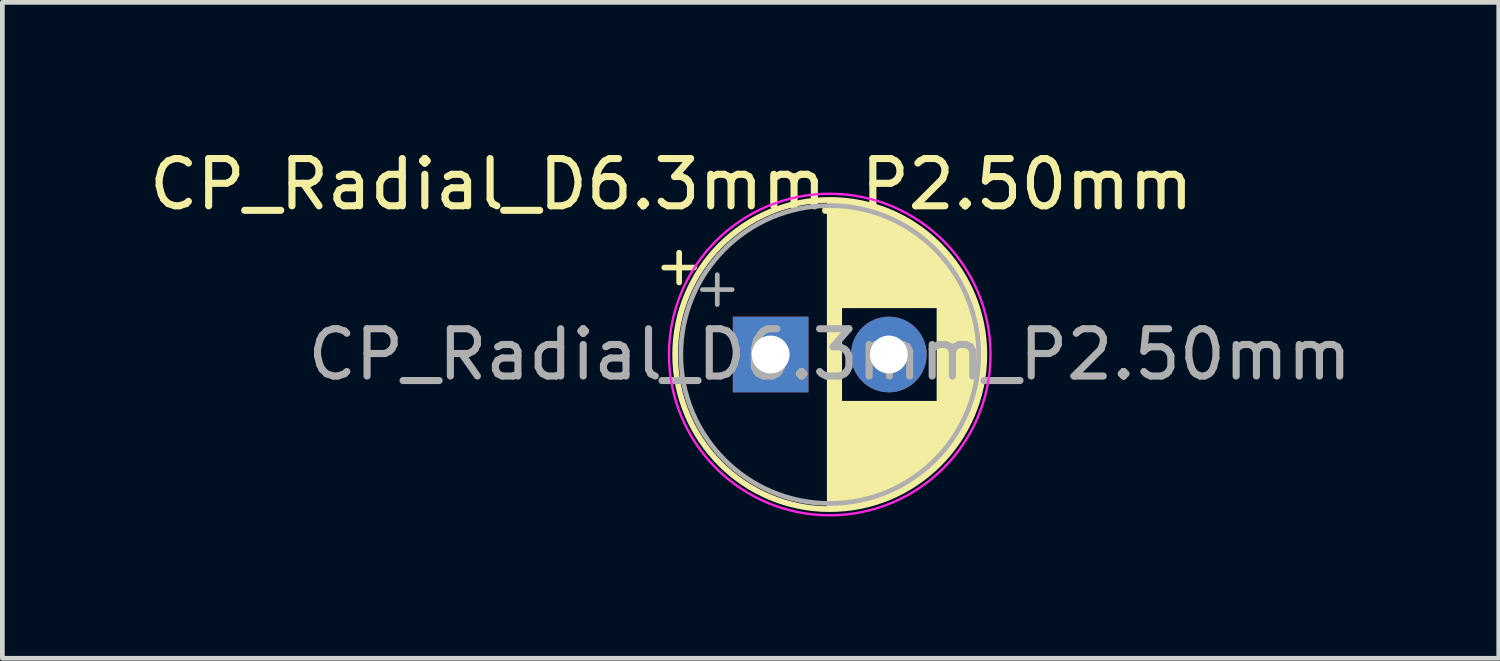
<source format=kicad_pcb>
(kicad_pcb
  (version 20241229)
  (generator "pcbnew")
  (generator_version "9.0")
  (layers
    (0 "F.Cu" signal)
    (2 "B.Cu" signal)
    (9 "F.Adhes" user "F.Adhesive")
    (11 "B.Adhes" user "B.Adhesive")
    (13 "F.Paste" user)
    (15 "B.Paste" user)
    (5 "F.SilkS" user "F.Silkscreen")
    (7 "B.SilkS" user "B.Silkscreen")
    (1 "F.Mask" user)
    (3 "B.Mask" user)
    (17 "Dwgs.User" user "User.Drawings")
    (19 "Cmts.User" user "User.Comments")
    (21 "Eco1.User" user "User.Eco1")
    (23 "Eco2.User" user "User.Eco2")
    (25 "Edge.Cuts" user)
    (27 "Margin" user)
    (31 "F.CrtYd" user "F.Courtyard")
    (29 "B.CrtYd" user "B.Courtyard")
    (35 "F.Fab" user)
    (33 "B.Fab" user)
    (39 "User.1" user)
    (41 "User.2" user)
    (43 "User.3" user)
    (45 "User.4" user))
  (footprint "CP_Radial_D6.3mm_P2.50mm"
    (layer "F.Cu")
    (at 13.249 4.448)
    (property "Reference" "CP_Radial_D6.3mm_P2.50mm" (at -2.1 -3.6 0) (layer "F.SilkS") (effects (font (size 1 1) (thickness 0.15))))
    (attr through_hole)
    (fp_line (start -2.25 -1.839) (end -1.62 -1.839) (stroke (width 0.12) (type solid)) (layer "F.SilkS"))
    (fp_line (start -1.935 -2.154) (end -1.935 -1.524) (stroke (width 0.12) (type solid)) (layer "F.SilkS"))
    (fp_line (start 1.25 -3.23) (end 1.25 3.23) (stroke (width 0.12) (type solid)) (layer "F.SilkS"))
    (fp_line (start 1.29 -3.23) (end 1.29 3.23) (stroke (width 0.12) (type solid)) (layer "F.SilkS"))
    (fp_line (start 1.33 -3.23) (end 1.33 3.23) (stroke (width 0.12) (type solid)) (layer "F.SilkS"))
    (fp_line (start 1.37 -3.228) (end 1.37 3.228) (stroke (width 0.12) (type solid)) (layer "F.SilkS"))
    (fp_line (start 1.41 -3.227) (end 1.41 3.227) (stroke (width 0.12) (type solid)) (layer "F.SilkS"))
    (fp_line (start 1.45 -3.224) (end 1.45 3.224) (stroke (width 0.12) (type solid)) (layer "F.SilkS"))
    (fp_line (start 1.49 -3.222) (end 1.49 -1.04) (stroke (width 0.12) (type solid)) (layer "F.SilkS"))
    (fp_line (start 1.49 1.04) (end 1.49 3.222) (stroke (width 0.12) (type solid)) (layer "F.SilkS"))
    (fp_line (start 1.53 -3.218) (end 1.53 -1.04) (stroke (width 0.12) (type solid)) (layer "F.SilkS"))
    (fp_line (start 1.53 1.04) (end 1.53 3.218) (stroke (width 0.12) (type solid)) (layer "F.SilkS"))
    (fp_line (start 1.57 -3.215) (end 1.57 -1.04) (stroke (width 0.12) (type solid)) (layer "F.SilkS"))
    (fp_line (start 1.57 1.04) (end 1.57 3.215) (stroke (width 0.12) (type solid)) (layer "F.SilkS"))
    (fp_line (start 1.61 -3.211) (end 1.61 -1.04) (stroke (width 0.12) (type solid)) (layer "F.SilkS"))
    (fp_line (start 1.61 1.04) (end 1.61 3.211) (stroke (width 0.12) (type solid)) (layer "F.SilkS"))
    (fp_line (start 1.65 -3.206) (end 1.65 -1.04) (stroke (width 0.12) (type solid)) (layer "F.SilkS"))
    (fp_line (start 1.65 1.04) (end 1.65 3.206) (stroke (width 0.12) (type solid)) (layer "F.SilkS"))
    (fp_line (start 1.69 -3.201) (end 1.69 -1.04) (stroke (width 0.12) (type solid)) (layer "F.SilkS"))
    (fp_line (start 1.69 1.04) (end 1.69 3.201) (stroke (width 0.12) (type solid)) (layer "F.SilkS"))
    (fp_line (start 1.73 -3.195) (end 1.73 -1.04) (stroke (width 0.12) (type solid)) (layer "F.SilkS"))
    (fp_line (start 1.73 1.04) (end 1.73 3.195) (stroke (width 0.12) (type solid)) (layer "F.SilkS"))
    (fp_line (start 1.77 -3.189) (end 1.77 -1.04) (stroke (width 0.12) (type solid)) (layer "F.SilkS"))
    (fp_line (start 1.77 1.04) (end 1.77 3.189) (stroke (width 0.12) (type solid)) (layer "F.SilkS"))
    (fp_line (start 1.81 -3.182) (end 1.81 -1.04) (stroke (width 0.12) (type solid)) (layer "F.SilkS"))
    (fp_line (start 1.81 1.04) (end 1.81 3.182) (stroke (width 0.12) (type solid)) (layer "F.SilkS"))
    (fp_line (start 1.85 -3.175) (end 1.85 -1.04) (stroke (width 0.12) (type solid)) (layer "F.SilkS"))
    (fp_line (start 1.85 1.04) (end 1.85 3.175) (stroke (width 0.12) (type solid)) (layer "F.SilkS"))
    (fp_line (start 1.89 -3.167) (end 1.89 -1.04) (stroke (width 0.12) (type solid)) (layer "F.SilkS"))
    (fp_line (start 1.89 1.04) (end 1.89 3.167) (stroke (width 0.12) (type solid)) (layer "F.SilkS"))
    (fp_line (start 1.93 -3.159) (end 1.93 -1.04) (stroke (width 0.12) (type solid)) (layer "F.SilkS"))
    (fp_line (start 1.93 1.04) (end 1.93 3.159) (stroke (width 0.12) (type solid)) (layer "F.SilkS"))
    (fp_line (start 1.971 -3.15) (end 1.971 -1.04) (stroke (width 0.12) (type solid)) (layer "F.SilkS"))
    (fp_line (start 1.971 1.04) (end 1.971 3.15) (stroke (width 0.12) (type solid)) (layer "F.SilkS"))
    (fp_line (start 2.011 -3.141) (end 2.011 -1.04) (stroke (width 0.12) (type solid)) (layer "F.SilkS"))
    (fp_line (start 2.011 1.04) (end 2.011 3.141) (stroke (width 0.12) (type solid)) (layer "F.SilkS"))
    (fp_line (start 2.051 -3.131) (end 2.051 -1.04) (stroke (width 0.12) (type solid)) (layer "F.SilkS"))
    (fp_line (start 2.051 1.04) (end 2.051 3.131) (stroke (width 0.12) (type solid)) (layer "F.SilkS"))
    (fp_line (start 2.091 -3.121) (end 2.091 -1.04) (stroke (width 0.12) (type solid)) (layer "F.SilkS"))
    (fp_line (start 2.091 1.04) (end 2.091 3.121) (stroke (width 0.12) (type solid)) (layer "F.SilkS"))
    (fp_line (start 2.131 -3.11) (end 2.131 -1.04) (stroke (width 0.12) (type solid)) (layer "F.SilkS"))
    (fp_line (start 2.131 1.04) (end 2.131 3.11) (stroke (width 0.12) (type solid)) (layer "F.SilkS"))
    (fp_line (start 2.171 -3.098) (end 2.171 -1.04) (stroke (width 0.12) (type solid)) (layer "F.SilkS"))
    (fp_line (start 2.171 1.04) (end 2.171 3.098) (stroke (width 0.12) (type solid)) (layer "F.SilkS"))
    (fp_line (start 2.211 -3.086) (end 2.211 -1.04) (stroke (width 0.12) (type solid)) (layer "F.SilkS"))
    (fp_line (start 2.211 1.04) (end 2.211 3.086) (stroke (width 0.12) (type solid)) (layer "F.SilkS"))
    (fp_line (start 2.251 -3.074) (end 2.251 -1.04) (stroke (width 0.12) (type solid)) (layer "F.SilkS"))
    (fp_line (start 2.251 1.04) (end 2.251 3.074) (stroke (width 0.12) (type solid)) (layer "F.SilkS"))
    (fp_line (start 2.291 -3.061) (end 2.291 -1.04) (stroke (width 0.12) (type solid)) (layer "F.SilkS"))
    (fp_line (start 2.291 1.04) (end 2.291 3.061) (stroke (width 0.12) (type solid)) (layer "F.SilkS"))
    (fp_line (start 2.331 -3.047) (end 2.331 -1.04) (stroke (width 0.12) (type solid)) (layer "F.SilkS"))
    (fp_line (start 2.331 1.04) (end 2.331 3.047) (stroke (width 0.12) (type solid)) (layer "F.SilkS"))
    (fp_line (start 2.371 -3.033) (end 2.371 -1.04) (stroke (width 0.12) (type solid)) (layer "F.SilkS"))
    (fp_line (start 2.371 1.04) (end 2.371 3.033) (stroke (width 0.12) (type solid)) (layer "F.SilkS"))
    (fp_line (start 2.411 -3.018) (end 2.411 -1.04) (stroke (width 0.12) (type solid)) (layer "F.SilkS"))
    (fp_line (start 2.411 1.04) (end 2.411 3.018) (stroke (width 0.12) (type solid)) (layer "F.SilkS"))
    (fp_line (start 2.451 -3.002) (end 2.451 -1.04) (stroke (width 0.12) (type solid)) (layer "F.SilkS"))
    (fp_line (start 2.451 1.04) (end 2.451 3.002) (stroke (width 0.12) (type solid)) (layer "F.SilkS"))
    (fp_line (start 2.491 -2.986) (end 2.491 -1.04) (stroke (width 0.12) (type solid)) (layer "F.SilkS"))
    (fp_line (start 2.491 1.04) (end 2.491 2.986) (stroke (width 0.12) (type solid)) (layer "F.SilkS"))
    (fp_line (start 2.531 -2.97) (end 2.531 -1.04) (stroke (width 0.12) (type solid)) (layer "F.SilkS"))
    (fp_line (start 2.531 1.04) (end 2.531 2.97) (stroke (width 0.12) (type solid)) (layer "F.SilkS"))
    (fp_line (start 2.571 -2.952) (end 2.571 -1.04) (stroke (width 0.12) (type solid)) (layer "F.SilkS"))
    (fp_line (start 2.571 1.04) (end 2.571 2.952) (stroke (width 0.12) (type solid)) (layer "F.SilkS"))
    (fp_line (start 2.611 -2.934) (end 2.611 -1.04) (stroke (width 0.12) (type solid)) (layer "F.SilkS"))
    (fp_line (start 2.611 1.04) (end 2.611 2.934) (stroke (width 0.12) (type solid)) (layer "F.SilkS"))
    (fp_line (start 2.651 -2.916) (end 2.651 -1.04) (stroke (width 0.12) (type solid)) (layer "F.SilkS"))
    (fp_line (start 2.651 1.04) (end 2.651 2.916) (stroke (width 0.12) (type solid)) (layer "F.SilkS"))
    (fp_line (start 2.691 -2.896) (end 2.691 -1.04) (stroke (width 0.12) (type solid)) (layer "F.SilkS"))
    (fp_line (start 2.691 1.04) (end 2.691 2.896) (stroke (width 0.12) (type solid)) (layer "F.SilkS"))
    (fp_line (start 2.731 -2.876) (end 2.731 -1.04) (stroke (width 0.12) (type solid)) (layer "F.SilkS"))
    (fp_line (start 2.731 1.04) (end 2.731 2.876) (stroke (width 0.12) (type solid)) (layer "F.SilkS"))
    (fp_line (start 2.771 -2.856) (end 2.771 -1.04) (stroke (width 0.12) (type solid)) (layer "F.SilkS"))
    (fp_line (start 2.771 1.04) (end 2.771 2.856) (stroke (width 0.12) (type solid)) (layer "F.SilkS"))
    (fp_line (start 2.811 -2.834) (end 2.811 -1.04) (stroke (width 0.12) (type solid)) (layer "F.SilkS"))
    (fp_line (start 2.811 1.04) (end 2.811 2.834) (stroke (width 0.12) (type solid)) (layer "F.SilkS"))
    (fp_line (start 2.851 -2.812) (end 2.851 -1.04) (stroke (width 0.12) (type solid)) (layer "F.SilkS"))
    (fp_line (start 2.851 1.04) (end 2.851 2.812) (stroke (width 0.12) (type solid)) (layer "F.SilkS"))
    (fp_line (start 2.891 -2.79) (end 2.891 -1.04) (stroke (width 0.12) (type solid)) (layer "F.SilkS"))
    (fp_line (start 2.891 1.04) (end 2.891 2.79) (stroke (width 0.12) (type solid)) (layer "F.SilkS"))
    (fp_line (start 2.931 -2.766) (end 2.931 -1.04) (stroke (width 0.12) (type solid)) (layer "F.SilkS"))
    (fp_line (start 2.931 1.04) (end 2.931 2.766) (stroke (width 0.12) (type solid)) (layer "F.SilkS"))
    (fp_line (start 2.971 -2.742) (end 2.971 -1.04) (stroke (width 0.12) (type solid)) (layer "F.SilkS"))
    (fp_line (start 2.971 1.04) (end 2.971 2.742) (stroke (width 0.12) (type solid)) (layer "F.SilkS"))
    (fp_line (start 3.011 -2.716) (end 3.011 -1.04) (stroke (width 0.12) (type solid)) (layer "F.SilkS"))
    (fp_line (start 3.011 1.04) (end 3.011 2.716) (stroke (width 0.12) (type solid)) (layer "F.SilkS"))
    (fp_line (start 3.051 -2.69) (end 3.051 -1.04) (stroke (width 0.12) (type solid)) (layer "F.SilkS"))
    (fp_line (start 3.051 1.04) (end 3.051 2.69) (stroke (width 0.12) (type solid)) (layer "F.SilkS"))
    (fp_line (start 3.091 -2.664) (end 3.091 -1.04) (stroke (width 0.12) (type solid)) (layer "F.SilkS"))
    (fp_line (start 3.091 1.04) (end 3.091 2.664) (stroke (width 0.12) (type solid)) (layer "F.SilkS"))
    (fp_line (start 3.131 -2.636) (end 3.131 -1.04) (stroke (width 0.12) (type solid)) (layer "F.SilkS"))
    (fp_line (start 3.131 1.04) (end 3.131 2.636) (stroke (width 0.12) (type solid)) (layer "F.SilkS"))
    (fp_line (start 3.171 -2.607) (end 3.171 -1.04) (stroke (width 0.12) (type solid)) (layer "F.SilkS"))
    (fp_line (start 3.171 1.04) (end 3.171 2.607) (stroke (width 0.12) (type solid)) (layer "F.SilkS"))
    (fp_line (start 3.211 -2.578) (end 3.211 -1.04) (stroke (width 0.12) (type solid)) (layer "F.SilkS"))
    (fp_line (start 3.211 1.04) (end 3.211 2.578) (stroke (width 0.12) (type solid)) (layer "F.SilkS"))
    (fp_line (start 3.251 -2.548) (end 3.251 -1.04) (stroke (width 0.12) (type solid)) (layer "F.SilkS"))
    (fp_line (start 3.251 1.04) (end 3.251 2.548) (stroke (width 0.12) (type solid)) (layer "F.SilkS"))
    (fp_line (start 3.291 -2.516) (end 3.291 -1.04) (stroke (width 0.12) (type solid)) (layer "F.SilkS"))
    (fp_line (start 3.291 1.04) (end 3.291 2.516) (stroke (width 0.12) (type solid)) (layer "F.SilkS"))
    (fp_line (start 3.331 -2.484) (end 3.331 -1.04) (stroke (width 0.12) (type solid)) (layer "F.SilkS"))
    (fp_line (start 3.331 1.04) (end 3.331 2.484) (stroke (width 0.12) (type solid)) (layer "F.SilkS"))
    (fp_line (start 3.371 -2.45) (end 3.371 -1.04) (stroke (width 0.12) (type solid)) (layer "F.SilkS"))
    (fp_line (start 3.371 1.04) (end 3.371 2.45) (stroke (width 0.12) (type solid)) (layer "F.SilkS"))
    (fp_line (start 3.411 -2.416) (end 3.411 -1.04) (stroke (width 0.12) (type solid)) (layer "F.SilkS"))
    (fp_line (start 3.411 1.04) (end 3.411 2.416) (stroke (width 0.12) (type solid)) (layer "F.SilkS"))
    (fp_line (start 3.451 -2.38) (end 3.451 -1.04) (stroke (width 0.12) (type solid)) (layer "F.SilkS"))
    (fp_line (start 3.451 1.04) (end 3.451 2.38) (stroke (width 0.12) (type solid)) (layer "F.SilkS"))
    (fp_line (start 3.491 -2.343) (end 3.491 -1.04) (stroke (width 0.12) (type solid)) (layer "F.SilkS"))
    (fp_line (start 3.491 1.04) (end 3.491 2.343) (stroke (width 0.12) (type solid)) (layer "F.SilkS"))
    (fp_line (start 3.531 -2.305) (end 3.531 -1.04) (stroke (width 0.12) (type solid)) (layer "F.SilkS"))
    (fp_line (start 3.531 1.04) (end 3.531 2.305) (stroke (width 0.12) (type solid)) (layer "F.SilkS"))
    (fp_line (start 3.571 -2.265) (end 3.571 2.265) (stroke (width 0.12) (type solid)) (layer "F.SilkS"))
    (fp_line (start 3.611 -2.224) (end 3.611 2.224) (stroke (width 0.12) (type solid)) (layer "F.SilkS"))
    (fp_line (start 3.651 -2.182) (end 3.651 2.182) (stroke (width 0.12) (type solid)) (layer "F.SilkS"))
    (fp_line (start 3.691 -2.137) (end 3.691 2.137) (stroke (width 0.12) (type solid)) (layer "F.SilkS"))
    (fp_line (start 3.731 -2.092) (end 3.731 2.092) (stroke (width 0.12) (type solid)) (layer "F.SilkS"))
    (fp_line (start 3.771 -2.044) (end 3.771 2.044) (stroke (width 0.12) (type solid)) (layer "F.SilkS"))
    (fp_line (start 3.811 -1.995) (end 3.811 1.995) (stroke (width 0.12) (type solid)) (layer "F.SilkS"))
    (fp_line (start 3.851 -1.944) (end 3.851 1.944) (stroke (width 0.12) (type solid)) (layer "F.SilkS"))
    (fp_line (start 3.891 -1.89) (end 3.891 1.89) (stroke (width 0.12) (type solid)) (layer "F.SilkS"))
    (fp_line (start 3.931 -1.834) (end 3.931 1.834) (stroke (width 0.12) (type solid)) (layer "F.SilkS"))
    (fp_line (start 3.971 -1.776) (end 3.971 1.776) (stroke (width 0.12) (type solid)) (layer "F.SilkS"))
    (fp_line (start 4.011 -1.714) (end 4.011 1.714) (stroke (width 0.12) (type solid)) (layer "F.SilkS"))
    (fp_line (start 4.051 -1.65) (end 4.051 1.65) (stroke (width 0.12) (type solid)) (layer "F.SilkS"))
    (fp_line (start 4.091 -1.581) (end 4.091 1.581) (stroke (width 0.12) (type solid)) (layer "F.SilkS"))
    (fp_line (start 4.131 -1.509) (end 4.131 1.509) (stroke (width 0.12) (type solid)) (layer "F.SilkS"))
    (fp_line (start 4.171 -1.432) (end 4.171 1.432) (stroke (width 0.12) (type solid)) (layer "F.SilkS"))
    (fp_line (start 4.211 -1.35) (end 4.211 1.35) (stroke (width 0.12) (type solid)) (layer "F.SilkS"))
    (fp_line (start 4.251 -1.262) (end 4.251 1.262) (stroke (width 0.12) (type solid)) (layer "F.SilkS"))
    (fp_line (start 4.291 -1.165) (end 4.291 1.165) (stroke (width 0.12) (type solid)) (layer "F.SilkS"))
    (fp_line (start 4.331 -1.059) (end 4.331 1.059) (stroke (width 0.12) (type solid)) (layer "F.SilkS"))
    (fp_line (start 4.371 -0.94) (end 4.371 0.94) (stroke (width 0.12) (type solid)) (layer "F.SilkS"))
    (fp_line (start 4.411 -0.802) (end 4.411 0.802) (stroke (width 0.12) (type solid)) (layer "F.SilkS"))
    (fp_line (start 4.451 -0.633) (end 4.451 0.633) (stroke (width 0.12) (type solid)) (layer "F.SilkS"))
    (fp_line (start 4.491 -0.402) (end 4.491 0.402) (stroke (width 0.12) (type solid)) (layer "F.SilkS"))
    (fp_circle (center 1.25 0) (end 4.52 0) (stroke (width 0.12) (type solid)) (fill no) (layer "F.SilkS"))
    (fp_circle (center 1.25 0) (end 4.65 0) (stroke (width 0.05) (type solid)) (fill no) (layer "F.CrtYd"))
    (fp_line (start -1.444 -1.373) (end -0.814 -1.373) (stroke (width 0.1) (type solid)) (layer "F.Fab"))
    (fp_line (start -1.129 -1.688) (end -1.129 -1.058) (stroke (width 0.1) (type solid)) (layer "F.Fab"))
    (fp_circle (center 1.25 0) (end 4.4 0) (stroke (width 0.1) (type solid)) (fill no) (layer "F.Fab"))
    (fp_text user "${REFERENCE}" (at 1.25 0 0) (layer "F.Fab") (effects (font (size 1 1) (thickness 0.15))))
    (pad "1" thru_hole rect (at 0 0) (size 1.6 1.6) (drill 0.8) (layers "*.Cu" "*.Mask"))
    (pad "2" thru_hole circle (at 2.5 0) (size 1.6 1.6) (drill 0.8) (layers "*.Cu" "*.Mask")))
  (gr_rect
    (start -3 -3)
    (end 28.648 10.873)
    (stroke (width 0.1) (type default))
    (fill no)
    (layer "Edge.Cuts")))
</source>
